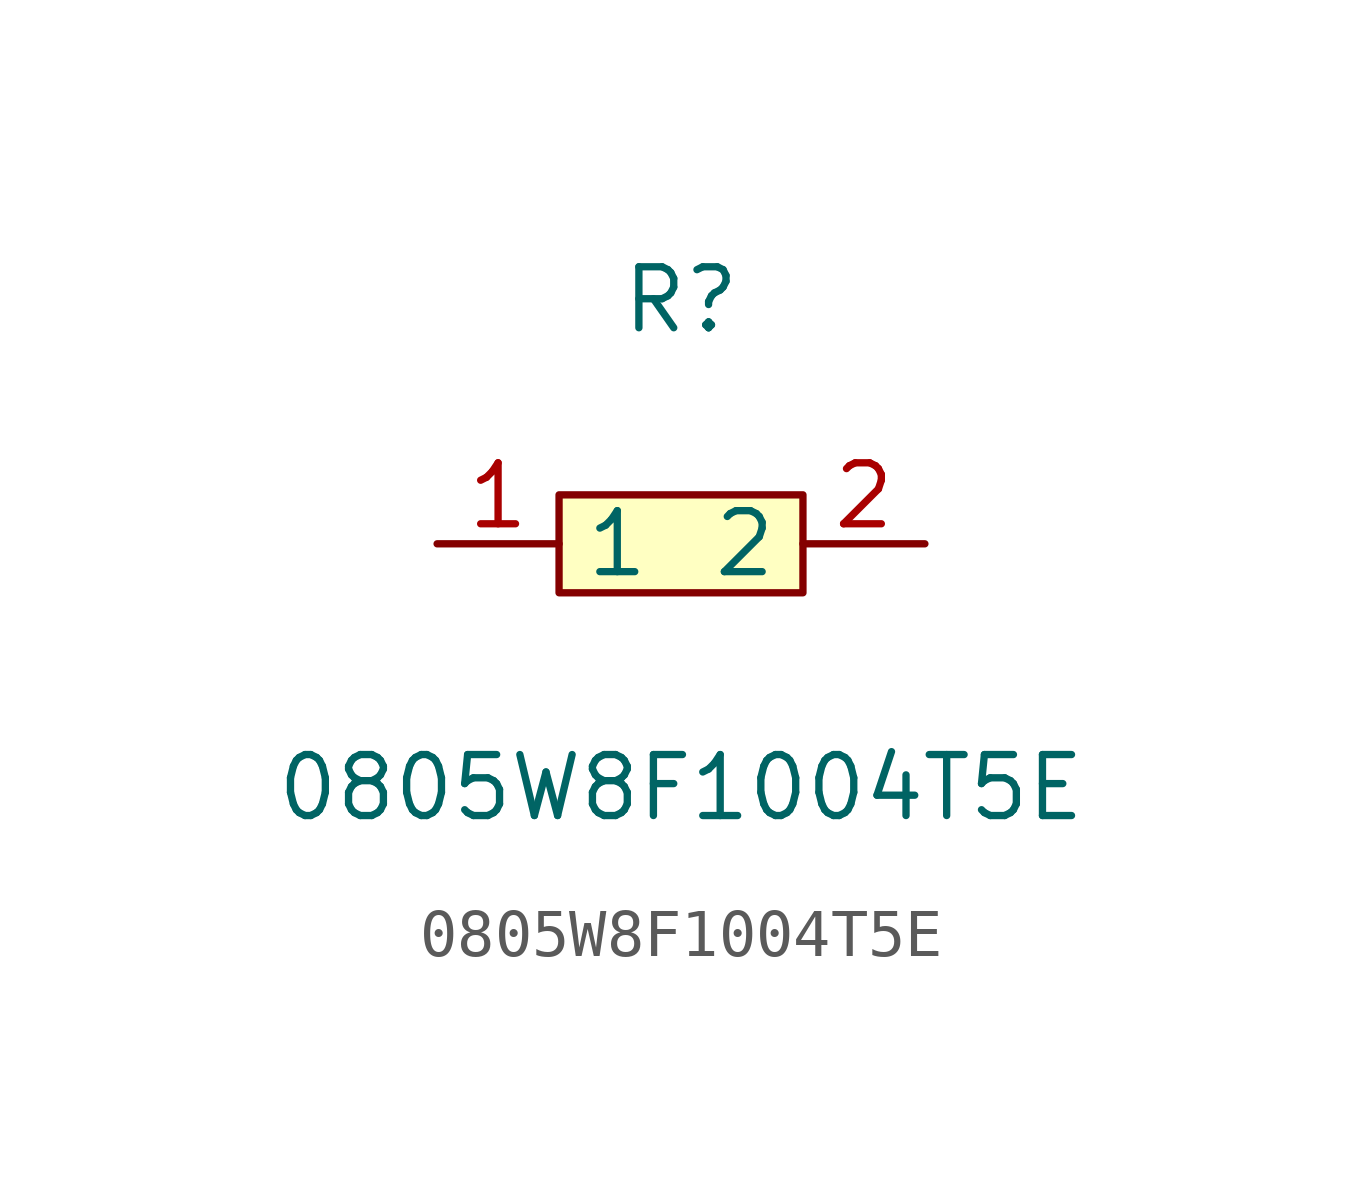
<source format=kicad_sym>
(kicad_symbol_lib
  (version 20211014)
  (generator https://github.com/uPesy/easyeda2kicad.py)
  (symbol "0805W8F1004T5E"
    (property "Reference" "R"
      (at 0 5.08 0)
      (effects (font (size 1.27 1.27))))
    (property "Value" "0805W8F1004T5E"
      (at 0 -5.08 0)
      (effects (font (size 1.27 1.27))))
    (symbol "0805W8F1004T5E_0_1"
      (rectangle (start -2.54 1.02) (end 2.54 -1.02) (stroke (width 0) (type default) (color 0 0 0 0)) (fill (type background)))
      (pin input line (at 5.08 -0.00 180) (length 2.54) (name "2" (effects (font (size 1.27 1.27)))) (number "2" (effects (font (size 1.27 1.27)))))
      (pin input line (at -5.08 -0.00 0) (length 2.54) (name "1" (effects (font (size 1.27 1.27)))) (number "1" (effects (font (size 1.27 1.27))))))))
</source>
